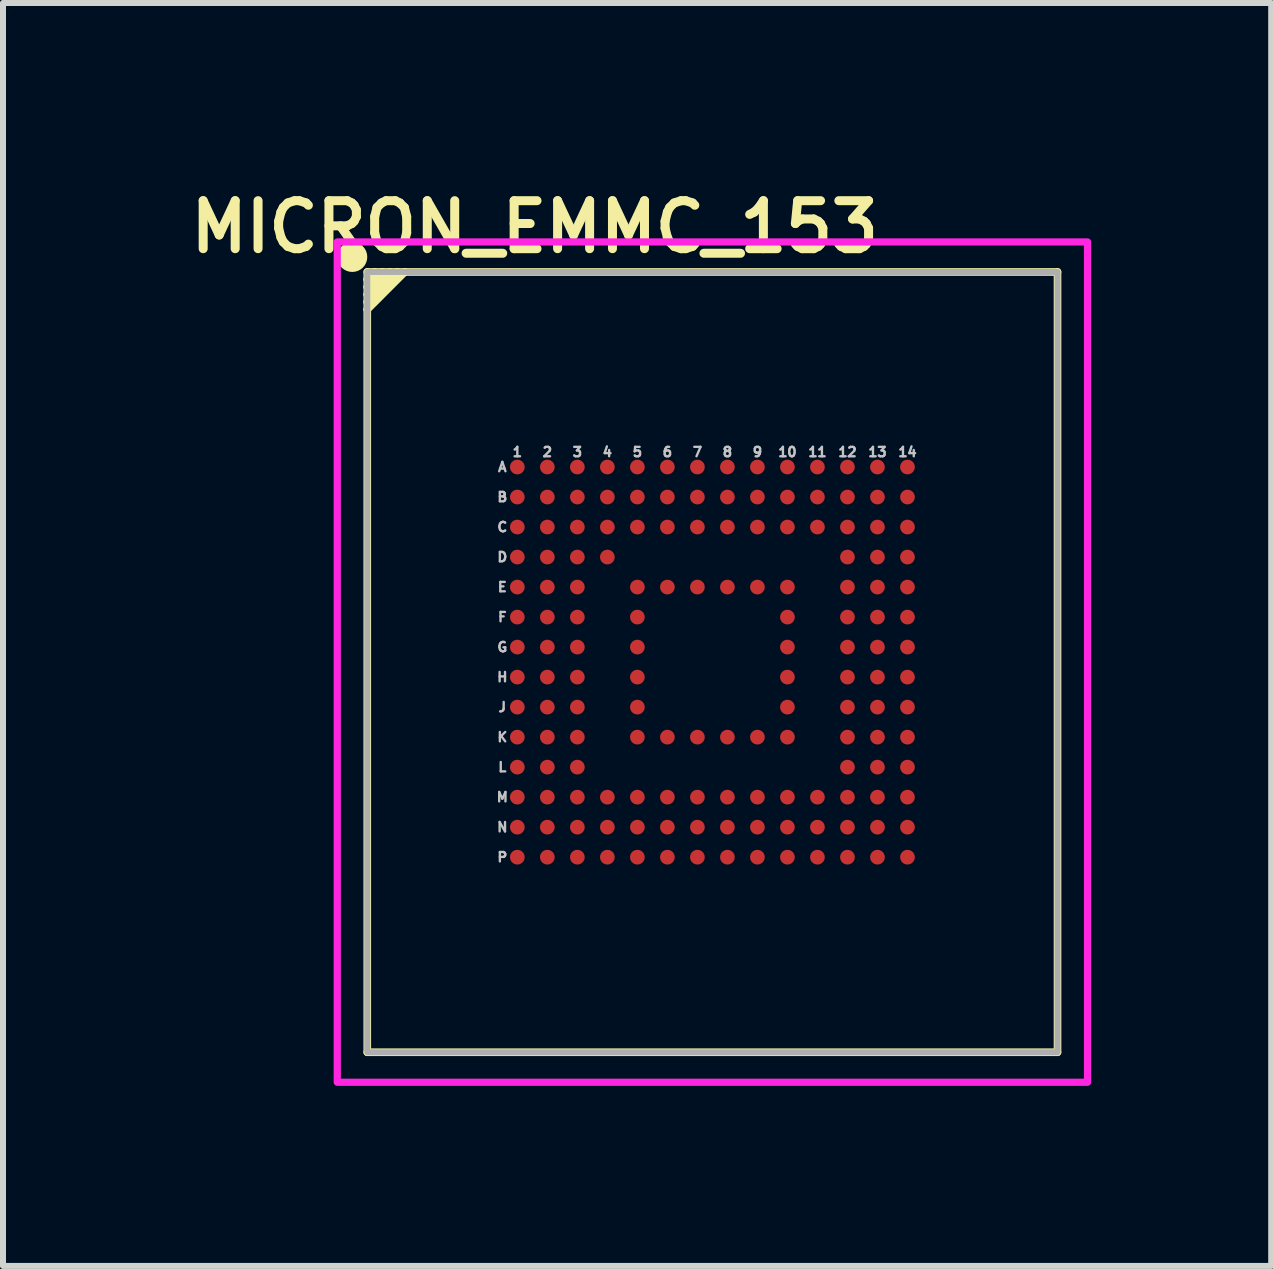
<source format=kicad_pcb>
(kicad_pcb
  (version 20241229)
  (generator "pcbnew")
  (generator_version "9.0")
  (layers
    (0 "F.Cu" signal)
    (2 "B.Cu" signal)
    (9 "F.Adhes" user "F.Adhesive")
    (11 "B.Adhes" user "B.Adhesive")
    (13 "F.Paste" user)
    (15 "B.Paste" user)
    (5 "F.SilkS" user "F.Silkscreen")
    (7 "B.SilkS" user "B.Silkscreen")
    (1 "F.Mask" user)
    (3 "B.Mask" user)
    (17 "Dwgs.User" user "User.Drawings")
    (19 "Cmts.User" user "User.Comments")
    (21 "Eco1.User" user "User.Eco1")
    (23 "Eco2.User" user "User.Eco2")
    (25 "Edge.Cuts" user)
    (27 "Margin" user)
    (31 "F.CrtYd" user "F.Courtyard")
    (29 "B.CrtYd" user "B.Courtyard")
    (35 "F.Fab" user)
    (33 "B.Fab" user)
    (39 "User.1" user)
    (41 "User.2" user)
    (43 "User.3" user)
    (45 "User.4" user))
  (footprint "MICRON_EMMC_153"
    (layer "F.Cu")
    (at 8.819 7.981)
    (property "Reference" "MICRON_EMMC_153" (at -2.96 -7.25 0) (layer "F.SilkS") (effects (font (size 0.8 0.8) (thickness 0.15))))
    (attr through_hole)
    (fp_line (start -5.75 -6.5) (end -5.75 -6.375) (stroke (width 0.127) (type solid)) (layer "F.SilkS"))
    (fp_line (start -5.75 -6.375) (end -5.75 -6.25) (stroke (width 0.127) (type solid)) (layer "F.SilkS"))
    (fp_line (start -5.75 -6.375) (end -5.625 -6.5) (stroke (width 0.127) (type solid)) (layer "F.SilkS"))
    (fp_line (start -5.75 -6.25) (end -5.75 -6.125) (stroke (width 0.127) (type solid)) (layer "F.SilkS"))
    (fp_line (start -5.75 -6.25) (end -5.5 -6.5) (stroke (width 0.127) (type solid)) (layer "F.SilkS"))
    (fp_line (start -5.75 -6.125) (end -5.75 -6) (stroke (width 0.127) (type solid)) (layer "F.SilkS"))
    (fp_line (start -5.75 -6.125) (end -5.375 -6.5) (stroke (width 0.127) (type solid)) (layer "F.SilkS"))
    (fp_line (start -5.75 -6) (end -5.75 -5.875) (stroke (width 0.127) (type solid)) (layer "F.SilkS"))
    (fp_line (start -5.75 -6) (end -5.25 -6.5) (stroke (width 0.127) (type solid)) (layer "F.SilkS"))
    (fp_line (start -5.75 -5.875) (end -5.75 6.5) (stroke (width 0.127) (type solid)) (layer "F.SilkS"))
    (fp_line (start -5.75 -5.875) (end -5.125 -6.5) (stroke (width 0.127) (type solid)) (layer "F.SilkS"))
    (fp_line (start -5.75 6.5) (end 5.75 6.5) (stroke (width 0.127) (type solid)) (layer "F.SilkS"))
    (fp_line (start -5.625 -6.5) (end -5.75 -6.5) (stroke (width 0.127) (type solid)) (layer "F.SilkS"))
    (fp_line (start -5.5 -6.5) (end -5.625 -6.5) (stroke (width 0.127) (type solid)) (layer "F.SilkS"))
    (fp_line (start -5.375 -6.5) (end -5.5 -6.5) (stroke (width 0.127) (type solid)) (layer "F.SilkS"))
    (fp_line (start -5.25 -6.5) (end -5.375 -6.5) (stroke (width 0.127) (type solid)) (layer "F.SilkS"))
    (fp_line (start -5.125 -6.5) (end -5.25 -6.5) (stroke (width 0.127) (type solid)) (layer "F.SilkS"))
    (fp_line (start 5.75 -6.5) (end -5.125 -6.5) (stroke (width 0.127) (type solid)) (layer "F.SilkS"))
    (fp_line (start 5.75 6.5) (end 5.75 -6.5) (stroke (width 0.127) (type solid)) (layer "F.SilkS"))
    (fp_circle (center -6 -6.75) (end -5.875 -6.75) (stroke (width 0.25) (type solid)) (fill no) (layer "F.SilkS"))
    (fp_rect (start 6.25 7) (end -6.25 -7) (stroke (width 0.12) (type solid)) (fill no) (layer "F.CrtYd"))
    (fp_rect (start 5.75 6.5) (end -5.75 -6.5) (stroke (width 0.1) (type solid)) (fill no) (layer "F.Fab"))
    (fp_text user "J" (at -3.5 0.75 0) (layer "Dwgs.User") (effects (font (size 0.157 0.157) (thickness 0.15))))
    (fp_text user "1" (at -3.25 -3.5 0) (layer "Dwgs.User") (effects (font (size 0.157 0.157) (thickness 0.15))))
    (fp_text user "12" (at 2.25 -3.5 0) (layer "Dwgs.User") (effects (font (size 0.157 0.157) (thickness 0.15))))
    (fp_text user "8" (at 0.25 -3.5 0) (layer "Dwgs.User") (effects (font (size 0.157 0.157) (thickness 0.15))))
    (fp_text user "10" (at 1.25 -3.5 0) (layer "Dwgs.User") (effects (font (size 0.157 0.157) (thickness 0.15))))
    (fp_text user "N" (at -3.5 2.75 0) (layer "Dwgs.User") (effects (font (size 0.157 0.157) (thickness 0.15))))
    (fp_text user "C" (at -3.5 -2.25 0) (layer "Dwgs.User") (effects (font (size 0.157 0.157) (thickness 0.15))))
    (fp_text user "B" (at -3.5 -2.75 0) (layer "Dwgs.User") (effects (font (size 0.157 0.157) (thickness 0.15))))
    (fp_text user "H" (at -3.5 0.25 0) (layer "Dwgs.User") (effects (font (size 0.157 0.157) (thickness 0.15))))
    (fp_text user "A" (at -3.5 -3.25 0) (layer "Dwgs.User") (effects (font (size 0.157 0.157) (thickness 0.15))))
    (fp_text user "F" (at -3.5 -0.75 0) (layer "Dwgs.User") (effects (font (size 0.157 0.157) (thickness 0.15))))
    (fp_text user "4" (at -1.75 -3.5 0) (layer "Dwgs.User") (effects (font (size 0.157 0.157) (thickness 0.15))))
    (fp_text user "L" (at -3.5 1.75 0) (layer "Dwgs.User") (effects (font (size 0.157 0.157) (thickness 0.15))))
    (fp_text user "14" (at 3.25 -3.5 0) (layer "Dwgs.User") (effects (font (size 0.157 0.157) (thickness 0.15))))
    (fp_text user "5" (at -1.25 -3.5 0) (layer "Dwgs.User") (effects (font (size 0.157 0.157) (thickness 0.15))))
    (fp_text user "6" (at -0.75 -3.5 0) (layer "Dwgs.User") (effects (font (size 0.157 0.157) (thickness 0.15))))
    (fp_text user "P" (at -3.5 3.25 0) (layer "Dwgs.User") (effects (font (size 0.157 0.157) (thickness 0.15))))
    (fp_text user "D" (at -3.5 -1.75 0) (layer "Dwgs.User") (effects (font (size 0.157 0.157) (thickness 0.15))))
    (fp_text user "11" (at 1.75 -3.5 0) (layer "Dwgs.User") (effects (font (size 0.157 0.157) (thickness 0.15))))
    (fp_text user "M" (at -3.5 2.25 0) (layer "Dwgs.User") (effects (font (size 0.157 0.157) (thickness 0.15))))
    (fp_text user "9" (at 0.75 -3.5 0) (layer "Dwgs.User") (effects (font (size 0.157 0.157) (thickness 0.15))))
    (fp_text user "7" (at -0.25 -3.5 0) (layer "Dwgs.User") (effects (font (size 0.157 0.157) (thickness 0.15))))
    (fp_text user "K" (at -3.5 1.25 0) (layer "Dwgs.User") (effects (font (size 0.157 0.157) (thickness 0.15))))
    (fp_text user "3" (at -2.25 -3.5 0) (layer "Dwgs.User") (effects (font (size 0.157 0.157) (thickness 0.15))))
    (fp_text user "E" (at -3.5 -1.25 0) (layer "Dwgs.User") (effects (font (size 0.157 0.157) (thickness 0.15))))
    (fp_text user "2" (at -2.75 -3.5 0) (layer "Dwgs.User") (effects (font (size 0.157 0.157) (thickness 0.15))))
    (fp_text user "13" (at 2.75 -3.5 0) (layer "Dwgs.User") (effects (font (size 0.157 0.157) (thickness 0.15))))
    (fp_text user "G" (at -3.5 -0.25 0) (layer "Dwgs.User") (effects (font (size 0.157 0.157) (thickness 0.15))))
    (pad "A1" smd circle (at -3.25 -3.25) (size 0.245 0.245) (layers "F.Cu" "F.Mask" "F.Paste"))
    (pad "A2" smd circle (at -2.75 -3.25) (size 0.245 0.245) (layers "F.Cu" "F.Mask" "F.Paste"))
    (pad "A3" smd circle (at -2.25 -3.25) (size 0.245 0.245) (layers "F.Cu" "F.Mask" "F.Paste"))
    (pad "A4" smd circle (at -1.75 -3.25) (size 0.245 0.245) (layers "F.Cu" "F.Mask" "F.Paste"))
    (pad "A5" smd circle (at -1.25 -3.25) (size 0.245 0.245) (layers "F.Cu" "F.Mask" "F.Paste"))
    (pad "A6" smd circle (at -0.75 -3.25) (size 0.245 0.245) (layers "F.Cu" "F.Mask" "F.Paste"))
    (pad "A7" smd circle (at -0.25 -3.25) (size 0.245 0.245) (layers "F.Cu" "F.Mask" "F.Paste"))
    (pad "A8" smd circle (at 0.25 -3.25) (size 0.245 0.245) (layers "F.Cu" "F.Mask" "F.Paste"))
    (pad "A9" smd circle (at 0.75 -3.25) (size 0.245 0.245) (layers "F.Cu" "F.Mask" "F.Paste"))
    (pad "A10" smd circle (at 1.25 -3.25) (size 0.245 0.245) (layers "F.Cu" "F.Mask" "F.Paste"))
    (pad "A11" smd circle (at 1.75 -3.25) (size 0.245 0.245) (layers "F.Cu" "F.Mask" "F.Paste"))
    (pad "A12" smd circle (at 2.25 -3.25) (size 0.245 0.245) (layers "F.Cu" "F.Mask" "F.Paste"))
    (pad "A13" smd circle (at 2.75 -3.25) (size 0.245 0.245) (layers "F.Cu" "F.Mask" "F.Paste"))
    (pad "A14" smd circle (at 3.25 -3.25) (size 0.245 0.245) (layers "F.Cu" "F.Mask" "F.Paste"))
    (pad "B1" smd circle (at -3.25 -2.75) (size 0.245 0.245) (layers "F.Cu" "F.Mask" "F.Paste"))
    (pad "B2" smd circle (at -2.75 -2.75) (size 0.245 0.245) (layers "F.Cu" "F.Mask" "F.Paste"))
    (pad "B3" smd circle (at -2.25 -2.75) (size 0.245 0.245) (layers "F.Cu" "F.Mask" "F.Paste"))
    (pad "B4" smd circle (at -1.75 -2.75) (size 0.245 0.245) (layers "F.Cu" "F.Mask" "F.Paste"))
    (pad "B5" smd circle (at -1.25 -2.75) (size 0.245 0.245) (layers "F.Cu" "F.Mask" "F.Paste"))
    (pad "B6" smd circle (at -0.75 -2.75) (size 0.245 0.245) (layers "F.Cu" "F.Mask" "F.Paste"))
    (pad "B7" smd circle (at -0.25 -2.75) (size 0.245 0.245) (layers "F.Cu" "F.Mask" "F.Paste"))
    (pad "B8" smd circle (at 0.25 -2.75) (size 0.245 0.245) (layers "F.Cu" "F.Mask" "F.Paste"))
    (pad "B9" smd circle (at 0.75 -2.75) (size 0.245 0.245) (layers "F.Cu" "F.Mask" "F.Paste"))
    (pad "B10" smd circle (at 1.25 -2.75) (size 0.245 0.245) (layers "F.Cu" "F.Mask" "F.Paste"))
    (pad "B11" smd circle (at 1.75 -2.75) (size 0.245 0.245) (layers "F.Cu" "F.Mask" "F.Paste"))
    (pad "B12" smd circle (at 2.25 -2.75) (size 0.245 0.245) (layers "F.Cu" "F.Mask" "F.Paste"))
    (pad "B13" smd circle (at 2.75 -2.75) (size 0.245 0.245) (layers "F.Cu" "F.Mask" "F.Paste"))
    (pad "B14" smd circle (at 3.25 -2.75) (size 0.245 0.245) (layers "F.Cu" "F.Mask" "F.Paste"))
    (pad "C1" smd circle (at -3.25 -2.25) (size 0.245 0.245) (layers "F.Cu" "F.Mask" "F.Paste"))
    (pad "C2" smd circle (at -2.75 -2.25) (size 0.245 0.245) (layers "F.Cu" "F.Mask" "F.Paste"))
    (pad "C3" smd circle (at -2.25 -2.25) (size 0.245 0.245) (layers "F.Cu" "F.Mask" "F.Paste"))
    (pad "C4" smd circle (at -1.75 -2.25) (size 0.245 0.245) (layers "F.Cu" "F.Mask" "F.Paste"))
    (pad "C5" smd circle (at -1.25 -2.25) (size 0.245 0.245) (layers "F.Cu" "F.Mask" "F.Paste"))
    (pad "C6" smd circle (at -0.75 -2.25) (size 0.245 0.245) (layers "F.Cu" "F.Mask" "F.Paste"))
    (pad "C7" smd circle (at -0.25 -2.25) (size 0.245 0.245) (layers "F.Cu" "F.Mask" "F.Paste"))
    (pad "C8" smd circle (at 0.25 -2.25) (size 0.245 0.245) (layers "F.Cu" "F.Mask" "F.Paste"))
    (pad "C9" smd circle (at 0.75 -2.25) (size 0.245 0.245) (layers "F.Cu" "F.Mask" "F.Paste"))
    (pad "C10" smd circle (at 1.25 -2.25) (size 0.245 0.245) (layers "F.Cu" "F.Mask" "F.Paste"))
    (pad "C11" smd circle (at 1.75 -2.25) (size 0.245 0.245) (layers "F.Cu" "F.Mask" "F.Paste"))
    (pad "C12" smd circle (at 2.25 -2.25) (size 0.245 0.245) (layers "F.Cu" "F.Mask" "F.Paste"))
    (pad "C13" smd circle (at 2.75 -2.25) (size 0.245 0.245) (layers "F.Cu" "F.Mask" "F.Paste"))
    (pad "C14" smd circle (at 3.25 -2.25) (size 0.245 0.245) (layers "F.Cu" "F.Mask" "F.Paste"))
    (pad "D1" smd circle (at -3.25 -1.75) (size 0.245 0.245) (layers "F.Cu" "F.Mask" "F.Paste"))
    (pad "D2" smd circle (at -2.75 -1.75) (size 0.245 0.245) (layers "F.Cu" "F.Mask" "F.Paste"))
    (pad "D3" smd circle (at -2.25 -1.75) (size 0.245 0.245) (layers "F.Cu" "F.Mask" "F.Paste"))
    (pad "D4" smd circle (at -1.75 -1.75) (size 0.245 0.245) (layers "F.Cu" "F.Mask" "F.Paste"))
    (pad "D12" smd circle (at 2.25 -1.75) (size 0.245 0.245) (layers "F.Cu" "F.Mask" "F.Paste"))
    (pad "D13" smd circle (at 2.75 -1.75) (size 0.245 0.245) (layers "F.Cu" "F.Mask" "F.Paste"))
    (pad "D14" smd circle (at 3.25 -1.75) (size 0.245 0.245) (layers "F.Cu" "F.Mask" "F.Paste"))
    (pad "E1" smd circle (at -3.25 -1.25) (size 0.245 0.245) (layers "F.Cu" "F.Mask" "F.Paste"))
    (pad "E2" smd circle (at -2.75 -1.25) (size 0.245 0.245) (layers "F.Cu" "F.Mask" "F.Paste"))
    (pad "E3" smd circle (at -2.25 -1.25) (size 0.245 0.245) (layers "F.Cu" "F.Mask" "F.Paste"))
    (pad "E5" smd circle (at -1.25 -1.25) (size 0.245 0.245) (layers "F.Cu" "F.Mask" "F.Paste"))
    (pad "E6" smd circle (at -0.75 -1.25) (size 0.245 0.245) (layers "F.Cu" "F.Mask" "F.Paste"))
    (pad "E7" smd circle (at -0.25 -1.25) (size 0.245 0.245) (layers "F.Cu" "F.Mask" "F.Paste"))
    (pad "E8" smd circle (at 0.25 -1.25) (size 0.245 0.245) (layers "F.Cu" "F.Mask" "F.Paste"))
    (pad "E9" smd circle (at 0.75 -1.25) (size 0.245 0.245) (layers "F.Cu" "F.Mask" "F.Paste"))
    (pad "E10" smd circle (at 1.25 -1.25) (size 0.245 0.245) (layers "F.Cu" "F.Mask" "F.Paste"))
    (pad "E12" smd circle (at 2.25 -1.25) (size 0.245 0.245) (layers "F.Cu" "F.Mask" "F.Paste"))
    (pad "E13" smd circle (at 2.75 -1.25) (size 0.245 0.245) (layers "F.Cu" "F.Mask" "F.Paste"))
    (pad "E14" smd circle (at 3.25 -1.25) (size 0.245 0.245) (layers "F.Cu" "F.Mask" "F.Paste"))
    (pad "F1" smd circle (at -3.25 -0.75) (size 0.245 0.245) (layers "F.Cu" "F.Mask" "F.Paste"))
    (pad "F2" smd circle (at -2.75 -0.75) (size 0.245 0.245) (layers "F.Cu" "F.Mask" "F.Paste"))
    (pad "F3" smd circle (at -2.25 -0.75) (size 0.245 0.245) (layers "F.Cu" "F.Mask" "F.Paste"))
    (pad "F5" smd circle (at -1.25 -0.75) (size 0.245 0.245) (layers "F.Cu" "F.Mask" "F.Paste"))
    (pad "F10" smd circle (at 1.25 -0.75) (size 0.245 0.245) (layers "F.Cu" "F.Mask" "F.Paste"))
    (pad "F12" smd circle (at 2.25 -0.75) (size 0.245 0.245) (layers "F.Cu" "F.Mask" "F.Paste"))
    (pad "F13" smd circle (at 2.75 -0.75) (size 0.245 0.245) (layers "F.Cu" "F.Mask" "F.Paste"))
    (pad "F14" smd circle (at 3.25 -0.75) (size 0.245 0.245) (layers "F.Cu" "F.Mask" "F.Paste"))
    (pad "G1" smd circle (at -3.25 -0.25) (size 0.245 0.245) (layers "F.Cu" "F.Mask" "F.Paste"))
    (pad "G2" smd circle (at -2.75 -0.25) (size 0.245 0.245) (layers "F.Cu" "F.Mask" "F.Paste"))
    (pad "G3" smd circle (at -2.25 -0.25) (size 0.245 0.245) (layers "F.Cu" "F.Mask" "F.Paste"))
    (pad "G5" smd circle (at -1.25 -0.25) (size 0.245 0.245) (layers "F.Cu" "F.Mask" "F.Paste"))
    (pad "G10" smd circle (at 1.25 -0.25) (size 0.245 0.245) (layers "F.Cu" "F.Mask" "F.Paste"))
    (pad "G12" smd circle (at 2.25 -0.25) (size 0.245 0.245) (layers "F.Cu" "F.Mask" "F.Paste"))
    (pad "G13" smd circle (at 2.75 -0.25) (size 0.245 0.245) (layers "F.Cu" "F.Mask" "F.Paste"))
    (pad "G14" smd circle (at 3.25 -0.25) (size 0.245 0.245) (layers "F.Cu" "F.Mask" "F.Paste"))
    (pad "H1" smd circle (at -3.25 0.25) (size 0.245 0.245) (layers "F.Cu" "F.Mask" "F.Paste"))
    (pad "H2" smd circle (at -2.75 0.25) (size 0.245 0.245) (layers "F.Cu" "F.Mask" "F.Paste"))
    (pad "H3" smd circle (at -2.25 0.25) (size 0.245 0.245) (layers "F.Cu" "F.Mask" "F.Paste"))
    (pad "H5" smd circle (at -1.25 0.25) (size 0.245 0.245) (layers "F.Cu" "F.Mask" "F.Paste"))
    (pad "H10" smd circle (at 1.25 0.25) (size 0.245 0.245) (layers "F.Cu" "F.Mask" "F.Paste"))
    (pad "H12" smd circle (at 2.25 0.25) (size 0.245 0.245) (layers "F.Cu" "F.Mask" "F.Paste"))
    (pad "H13" smd circle (at 2.75 0.25) (size 0.245 0.245) (layers "F.Cu" "F.Mask" "F.Paste"))
    (pad "H14" smd circle (at 3.25 0.25) (size 0.245 0.245) (layers "F.Cu" "F.Mask" "F.Paste"))
    (pad "J1" smd circle (at -3.25 0.75) (size 0.245 0.245) (layers "F.Cu" "F.Mask" "F.Paste"))
    (pad "J2" smd circle (at -2.75 0.75) (size 0.245 0.245) (layers "F.Cu" "F.Mask" "F.Paste"))
    (pad "J3" smd circle (at -2.25 0.75) (size 0.245 0.245) (layers "F.Cu" "F.Mask" "F.Paste"))
    (pad "J5" smd circle (at -1.25 0.75) (size 0.245 0.245) (layers "F.Cu" "F.Mask" "F.Paste"))
    (pad "J10" smd circle (at 1.25 0.75) (size 0.245 0.245) (layers "F.Cu" "F.Mask" "F.Paste"))
    (pad "J12" smd circle (at 2.25 0.75) (size 0.245 0.245) (layers "F.Cu" "F.Mask" "F.Paste"))
    (pad "J13" smd circle (at 2.75 0.75) (size 0.245 0.245) (layers "F.Cu" "F.Mask" "F.Paste"))
    (pad "J14" smd circle (at 3.25 0.75) (size 0.245 0.245) (layers "F.Cu" "F.Mask" "F.Paste"))
    (pad "K1" smd circle (at -3.25 1.25) (size 0.245 0.245) (layers "F.Cu" "F.Mask" "F.Paste"))
    (pad "K2" smd circle (at -2.75 1.25) (size 0.245 0.245) (layers "F.Cu" "F.Mask" "F.Paste"))
    (pad "K3" smd circle (at -2.25 1.25) (size 0.245 0.245) (layers "F.Cu" "F.Mask" "F.Paste"))
    (pad "K5" smd circle (at -1.25 1.25) (size 0.245 0.245) (layers "F.Cu" "F.Mask" "F.Paste"))
    (pad "K6" smd circle (at -0.75 1.25) (size 0.245 0.245) (layers "F.Cu" "F.Mask" "F.Paste"))
    (pad "K7" smd circle (at -0.25 1.25) (size 0.245 0.245) (layers "F.Cu" "F.Mask" "F.Paste"))
    (pad "K8" smd circle (at 0.25 1.25) (size 0.245 0.245) (layers "F.Cu" "F.Mask" "F.Paste"))
    (pad "K9" smd circle (at 0.75 1.25) (size 0.245 0.245) (layers "F.Cu" "F.Mask" "F.Paste"))
    (pad "K10" smd circle (at 1.25 1.25) (size 0.245 0.245) (layers "F.Cu" "F.Mask" "F.Paste"))
    (pad "K12" smd circle (at 2.25 1.25) (size 0.245 0.245) (layers "F.Cu" "F.Mask" "F.Paste"))
    (pad "K13" smd circle (at 2.75 1.25) (size 0.245 0.245) (layers "F.Cu" "F.Mask" "F.Paste"))
    (pad "K14" smd circle (at 3.25 1.25) (size 0.245 0.245) (layers "F.Cu" "F.Mask" "F.Paste"))
    (pad "L1" smd circle (at -3.25 1.75) (size 0.245 0.245) (layers "F.Cu" "F.Mask" "F.Paste"))
    (pad "L2" smd circle (at -2.75 1.75) (size 0.245 0.245) (layers "F.Cu" "F.Mask" "F.Paste"))
    (pad "L3" smd circle (at -2.25 1.75) (size 0.245 0.245) (layers "F.Cu" "F.Mask" "F.Paste"))
    (pad "L12" smd circle (at 2.25 1.75) (size 0.245 0.245) (layers "F.Cu" "F.Mask" "F.Paste"))
    (pad "L13" smd circle (at 2.75 1.75) (size 0.245 0.245) (layers "F.Cu" "F.Mask" "F.Paste"))
    (pad "L14" smd circle (at 3.25 1.75) (size 0.245 0.245) (layers "F.Cu" "F.Mask" "F.Paste"))
    (pad "M1" smd circle (at -3.25 2.25) (size 0.245 0.245) (layers "F.Cu" "F.Mask" "F.Paste"))
    (pad "M2" smd circle (at -2.75 2.25) (size 0.245 0.245) (layers "F.Cu" "F.Mask" "F.Paste"))
    (pad "M3" smd circle (at -2.25 2.25) (size 0.245 0.245) (layers "F.Cu" "F.Mask" "F.Paste"))
    (pad "M4" smd circle (at -1.75 2.25) (size 0.245 0.245) (layers "F.Cu" "F.Mask" "F.Paste"))
    (pad "M5" smd circle (at -1.25 2.25) (size 0.245 0.245) (layers "F.Cu" "F.Mask" "F.Paste"))
    (pad "M6" smd circle (at -0.75 2.25) (size 0.245 0.245) (layers "F.Cu" "F.Mask" "F.Paste"))
    (pad "M7" smd circle (at -0.25 2.25) (size 0.245 0.245) (layers "F.Cu" "F.Mask" "F.Paste"))
    (pad "M8" smd circle (at 0.25 2.25) (size 0.245 0.245) (layers "F.Cu" "F.Mask" "F.Paste"))
    (pad "M9" smd circle (at 0.75 2.25) (size 0.245 0.245) (layers "F.Cu" "F.Mask" "F.Paste"))
    (pad "M10" smd circle (at 1.25 2.25) (size 0.245 0.245) (layers "F.Cu" "F.Mask" "F.Paste"))
    (pad "M11" smd circle (at 1.75 2.25) (size 0.245 0.245) (layers "F.Cu" "F.Mask" "F.Paste"))
    (pad "M12" smd circle (at 2.25 2.25) (size 0.245 0.245) (layers "F.Cu" "F.Mask" "F.Paste"))
    (pad "M13" smd circle (at 2.75 2.25) (size 0.245 0.245) (layers "F.Cu" "F.Mask" "F.Paste"))
    (pad "M14" smd circle (at 3.25 2.25) (size 0.245 0.245) (layers "F.Cu" "F.Mask" "F.Paste"))
    (pad "N1" smd circle (at -3.25 2.75) (size 0.245 0.245) (layers "F.Cu" "F.Mask" "F.Paste"))
    (pad "N2" smd circle (at -2.75 2.75) (size 0.245 0.245) (layers "F.Cu" "F.Mask" "F.Paste"))
    (pad "N3" smd circle (at -2.25 2.75) (size 0.245 0.245) (layers "F.Cu" "F.Mask" "F.Paste"))
    (pad "N4" smd circle (at -1.75 2.75) (size 0.245 0.245) (layers "F.Cu" "F.Mask" "F.Paste"))
    (pad "N5" smd circle (at -1.25 2.75) (size 0.245 0.245) (layers "F.Cu" "F.Mask" "F.Paste"))
    (pad "N6" smd circle (at -0.75 2.75) (size 0.245 0.245) (layers "F.Cu" "F.Mask" "F.Paste"))
    (pad "N7" smd circle (at -0.25 2.75) (size 0.245 0.245) (layers "F.Cu" "F.Mask" "F.Paste"))
    (pad "N8" smd circle (at 0.25 2.75) (size 0.245 0.245) (layers "F.Cu" "F.Mask" "F.Paste"))
    (pad "N9" smd circle (at 0.75 2.75) (size 0.245 0.245) (layers "F.Cu" "F.Mask" "F.Paste"))
    (pad "N10" smd circle (at 1.25 2.75) (size 0.245 0.245) (layers "F.Cu" "F.Mask" "F.Paste"))
    (pad "N11" smd circle (at 1.75 2.75) (size 0.245 0.245) (layers "F.Cu" "F.Mask" "F.Paste"))
    (pad "N12" smd circle (at 2.25 2.75) (size 0.245 0.245) (layers "F.Cu" "F.Mask" "F.Paste"))
    (pad "N13" smd circle (at 2.75 2.75) (size 0.245 0.245) (layers "F.Cu" "F.Mask" "F.Paste"))
    (pad "N14" smd circle (at 3.25 2.75) (size 0.245 0.245) (layers "F.Cu" "F.Mask" "F.Paste"))
    (pad "P1" smd circle (at -3.25 3.25) (size 0.245 0.245) (layers "F.Cu" "F.Mask" "F.Paste"))
    (pad "P2" smd circle (at -2.75 3.25) (size 0.245 0.245) (layers "F.Cu" "F.Mask" "F.Paste"))
    (pad "P3" smd circle (at -2.25 3.25) (size 0.245 0.245) (layers "F.Cu" "F.Mask" "F.Paste"))
    (pad "P4" smd circle (at -1.75 3.25) (size 0.245 0.245) (layers "F.Cu" "F.Mask" "F.Paste"))
    (pad "P5" smd circle (at -1.25 3.25) (size 0.245 0.245) (layers "F.Cu" "F.Mask" "F.Paste"))
    (pad "P6" smd circle (at -0.75 3.25) (size 0.245 0.245) (layers "F.Cu" "F.Mask" "F.Paste"))
    (pad "P7" smd circle (at -0.25 3.25) (size 0.245 0.245) (layers "F.Cu" "F.Mask" "F.Paste"))
    (pad "P8" smd circle (at 0.25 3.25) (size 0.245 0.245) (layers "F.Cu" "F.Mask" "F.Paste"))
    (pad "P9" smd circle (at 0.75 3.25) (size 0.245 0.245) (layers "F.Cu" "F.Mask" "F.Paste"))
    (pad "P10" smd circle (at 1.25 3.25) (size 0.245 0.245) (layers "F.Cu" "F.Mask" "F.Paste"))
    (pad "P11" smd circle (at 1.75 3.25) (size 0.245 0.245) (layers "F.Cu" "F.Mask" "F.Paste"))
    (pad "P12" smd circle (at 2.25 3.25) (size 0.245 0.245) (layers "F.Cu" "F.Mask" "F.Paste"))
    (pad "P13" smd circle (at 2.75 3.25) (size 0.245 0.245) (layers "F.Cu" "F.Mask" "F.Paste"))
    (pad "P14" smd circle (at 3.25 3.25) (size 0.245 0.245) (layers "F.Cu" "F.Mask" "F.Paste")))
  (gr_rect
    (start -3 -3)
    (end 18.129 18.041)
    (stroke (width 0.1) (type default))
    (fill no)
    (layer "Edge.Cuts")))
</source>
